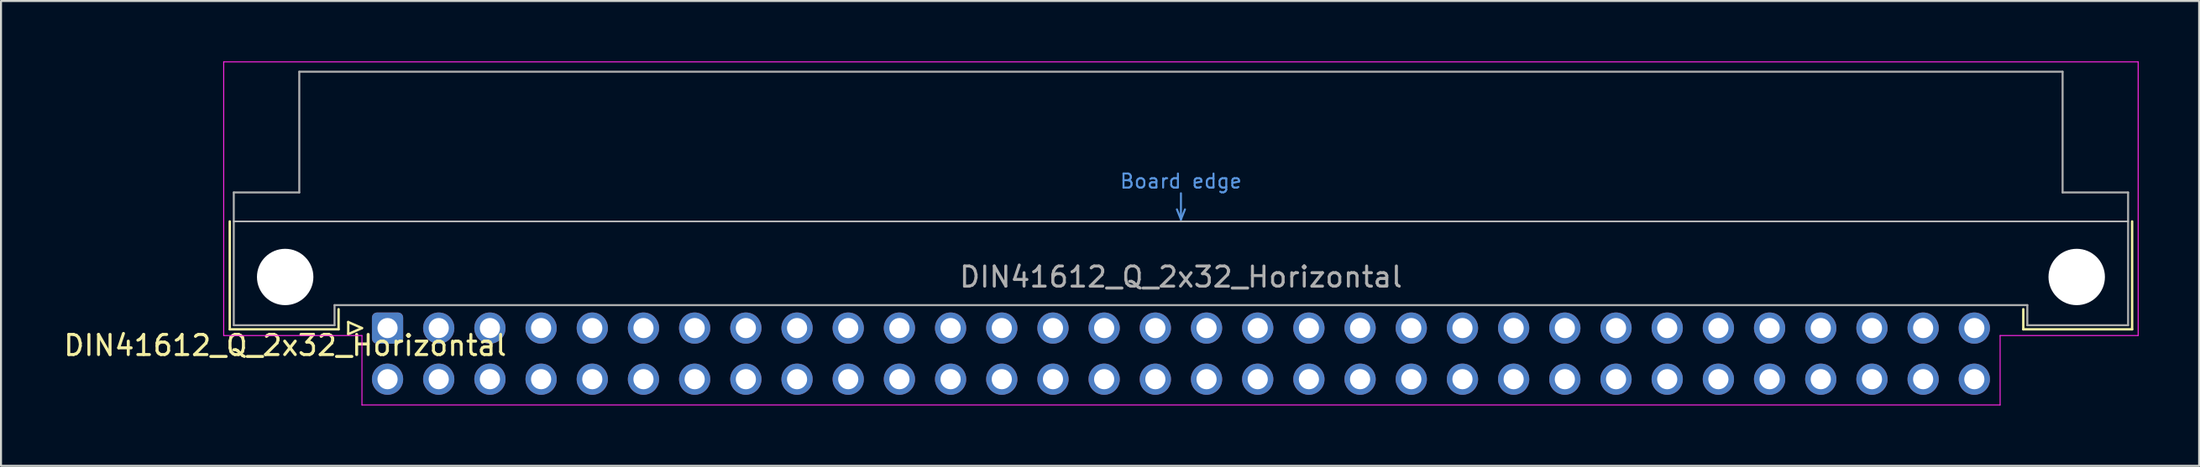
<source format=kicad_pcb>
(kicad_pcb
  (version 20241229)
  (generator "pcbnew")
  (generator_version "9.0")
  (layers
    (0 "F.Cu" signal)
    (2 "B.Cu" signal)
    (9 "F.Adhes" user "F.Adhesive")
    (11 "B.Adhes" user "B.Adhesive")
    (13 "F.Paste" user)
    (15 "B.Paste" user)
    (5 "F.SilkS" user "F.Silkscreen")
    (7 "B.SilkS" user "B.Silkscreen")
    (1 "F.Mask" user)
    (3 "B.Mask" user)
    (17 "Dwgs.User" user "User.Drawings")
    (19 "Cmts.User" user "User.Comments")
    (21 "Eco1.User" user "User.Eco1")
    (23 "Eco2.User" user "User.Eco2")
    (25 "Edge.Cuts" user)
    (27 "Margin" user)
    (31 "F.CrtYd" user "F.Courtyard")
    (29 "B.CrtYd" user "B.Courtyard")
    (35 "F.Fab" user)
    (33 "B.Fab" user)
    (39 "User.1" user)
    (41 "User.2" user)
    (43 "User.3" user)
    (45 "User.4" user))
  (footprint "DIN41612_Q_2x32_Horizontal"
    (layer "F.Cu")
    (at 16.181 13.255)
    (property "Reference" "DIN41612_Q_2x32_Horizontal" (at -5.08 0.86 0) (layer "F.SilkS") (effects (font (size 1 1) (thickness 0.15))))
    (attr through_hole)
    (fp_line (start -7.83 -5.3) (end -7.83 0.06) (stroke (width 0.12) (type solid)) (layer "F.SilkS"))
    (fp_line (start -7.83 0.06) (end -2.43 0.06) (stroke (width 0.12) (type solid)) (layer "F.SilkS"))
    (fp_line (start -2.43 0.06) (end -2.43 -0.94) (stroke (width 0.12) (type solid)) (layer "F.SilkS"))
    (fp_line (start -1.95 -0.3) (end -1.95 0.3) (stroke (width 0.12) (type solid)) (layer "F.SilkS"))
    (fp_line (start -1.95 0.3) (end -1.27 0) (stroke (width 0.12) (type solid)) (layer "F.SilkS"))
    (fp_line (start -1.27 0) (end -1.95 -0.3) (stroke (width 0.12) (type solid)) (layer "F.SilkS"))
    (fp_line (start 81.17 0.06) (end 81.17 -0.94) (stroke (width 0.12) (type solid)) (layer "F.SilkS"))
    (fp_line (start 86.57 -5.3) (end 86.57 0.06) (stroke (width 0.12) (type solid)) (layer "F.SilkS"))
    (fp_line (start 86.57 0.06) (end 81.17 0.06) (stroke (width 0.12) (type solid)) (layer "F.SilkS"))
    (fp_line (start -7.63 -5.3) (end 86.37 -5.3) (stroke (width 0.08) (type solid)) (layer "Dwgs.User"))
    (fp_line (start 39.17 -5.9) (end 39.37 -5.4) (stroke (width 0.1) (type solid)) (layer "Cmts.User"))
    (fp_line (start 39.37 -5.4) (end 39.37 -6.7) (stroke (width 0.1) (type solid)) (layer "Cmts.User"))
    (fp_line (start 39.37 -5.4) (end 39.57 -5.9) (stroke (width 0.1) (type solid)) (layer "Cmts.User"))
    (fp_line (start -8.13 -13.23) (end -8.13 0.37) (stroke (width 0.05) (type solid)) (layer "F.CrtYd"))
    (fp_line (start -8.13 0.37) (end -1.27 0.37) (stroke (width 0.05) (type solid)) (layer "F.CrtYd"))
    (fp_line (start -1.27 0.37) (end -1.27 3.82) (stroke (width 0.05) (type solid)) (layer "F.CrtYd"))
    (fp_line (start -1.27 3.82) (end 80.02 3.82) (stroke (width 0.05) (type solid)) (layer "F.CrtYd"))
    (fp_line (start 80.02 0.37) (end 86.87 0.37) (stroke (width 0.05) (type solid)) (layer "F.CrtYd"))
    (fp_line (start 80.02 3.82) (end 80.02 0.37) (stroke (width 0.05) (type solid)) (layer "F.CrtYd"))
    (fp_line (start 86.87 -13.23) (end -8.13 -13.23) (stroke (width 0.05) (type solid)) (layer "F.CrtYd"))
    (fp_line (start 86.87 0.37) (end 86.87 -13.23) (stroke (width 0.05) (type solid)) (layer "F.CrtYd"))
    (fp_line (start -7.63 -6.74) (end -7.63 -0.14) (stroke (width 0.1) (type solid)) (layer "F.Fab"))
    (fp_line (start -7.63 -0.14) (end -2.63 -0.14) (stroke (width 0.1) (type solid)) (layer "F.Fab"))
    (fp_line (start -4.38 -12.74) (end -4.38 -6.74) (stroke (width 0.1) (type solid)) (layer "F.Fab"))
    (fp_line (start -4.38 -6.74) (end -7.63 -6.74) (stroke (width 0.1) (type solid)) (layer "F.Fab"))
    (fp_line (start -2.63 -1.14) (end 81.37 -1.14) (stroke (width 0.1) (type solid)) (layer "F.Fab"))
    (fp_line (start -2.63 -0.14) (end -2.63 -1.14) (stroke (width 0.1) (type solid)) (layer "F.Fab"))
    (fp_line (start 81.37 -1.14) (end 81.37 -0.14) (stroke (width 0.1) (type solid)) (layer "F.Fab"))
    (fp_line (start 81.37 -0.14) (end 86.37 -0.14) (stroke (width 0.1) (type solid)) (layer "F.Fab"))
    (fp_line (start 83.12 -12.74) (end -4.38 -12.74) (stroke (width 0.1) (type solid)) (layer "F.Fab"))
    (fp_line (start 83.12 -6.74) (end 83.12 -12.74) (stroke (width 0.1) (type solid)) (layer "F.Fab"))
    (fp_line (start 86.37 -6.74) (end 83.12 -6.74) (stroke (width 0.1) (type solid)) (layer "F.Fab"))
    (fp_line (start 86.37 -0.14) (end 86.37 -6.74) (stroke (width 0.1) (type solid)) (layer "F.Fab"))
    (fp_text user "Board edge" (at 39.37 -7.3 0) (layer "Cmts.User") (effects (font (size 0.7 0.7) (thickness 0.1))))
    (fp_text user "${REFERENCE}" (at 39.37 -2.54 0) (layer "F.Fab") (effects (font (size 1 1) (thickness 0.15))))
    (pad "" np_thru_hole circle (at -5.08 -2.54) (size 2.8 2.8) (drill 2.8) (layers "*.Cu" "*.Mask"))
    (pad "" np_thru_hole circle (at 83.82 -2.54) (size 2.8 2.8) (drill 2.8) (layers "*.Cu" "*.Mask"))
    (pad "a1" thru_hole roundrect (at 0 0) (size 1.55 1.55) (drill 1) (layers "*.Cu" "*.Mask") (roundrect_rratio 0.161))
    (pad "a2" thru_hole circle (at 2.54 0) (size 1.55 1.55) (drill 1) (layers "*.Cu" "*.Mask"))
    (pad "a3" thru_hole circle (at 5.08 0) (size 1.55 1.55) (drill 1) (layers "*.Cu" "*.Mask"))
    (pad "a4" thru_hole circle (at 7.62 0) (size 1.55 1.55) (drill 1) (layers "*.Cu" "*.Mask"))
    (pad "a5" thru_hole circle (at 10.16 0) (size 1.55 1.55) (drill 1) (layers "*.Cu" "*.Mask"))
    (pad "a6" thru_hole circle (at 12.7 0) (size 1.55 1.55) (drill 1) (layers "*.Cu" "*.Mask"))
    (pad "a7" thru_hole circle (at 15.24 0) (size 1.55 1.55) (drill 1) (layers "*.Cu" "*.Mask"))
    (pad "a8" thru_hole circle (at 17.78 0) (size 1.55 1.55) (drill 1) (layers "*.Cu" "*.Mask"))
    (pad "a9" thru_hole circle (at 20.32 0) (size 1.55 1.55) (drill 1) (layers "*.Cu" "*.Mask"))
    (pad "a10" thru_hole circle (at 22.86 0) (size 1.55 1.55) (drill 1) (layers "*.Cu" "*.Mask"))
    (pad "a11" thru_hole circle (at 25.4 0) (size 1.55 1.55) (drill 1) (layers "*.Cu" "*.Mask"))
    (pad "a12" thru_hole circle (at 27.94 0) (size 1.55 1.55) (drill 1) (layers "*.Cu" "*.Mask"))
    (pad "a13" thru_hole circle (at 30.48 0) (size 1.55 1.55) (drill 1) (layers "*.Cu" "*.Mask"))
    (pad "a14" thru_hole circle (at 33.02 0) (size 1.55 1.55) (drill 1) (layers "*.Cu" "*.Mask"))
    (pad "a15" thru_hole circle (at 35.56 0) (size 1.55 1.55) (drill 1) (layers "*.Cu" "*.Mask"))
    (pad "a16" thru_hole circle (at 38.1 0) (size 1.55 1.55) (drill 1) (layers "*.Cu" "*.Mask"))
    (pad "a17" thru_hole circle (at 40.64 0) (size 1.55 1.55) (drill 1) (layers "*.Cu" "*.Mask"))
    (pad "a18" thru_hole circle (at 43.18 0) (size 1.55 1.55) (drill 1) (layers "*.Cu" "*.Mask"))
    (pad "a19" thru_hole circle (at 45.72 0) (size 1.55 1.55) (drill 1) (layers "*.Cu" "*.Mask"))
    (pad "a20" thru_hole circle (at 48.26 0) (size 1.55 1.55) (drill 1) (layers "*.Cu" "*.Mask"))
    (pad "a21" thru_hole circle (at 50.8 0) (size 1.55 1.55) (drill 1) (layers "*.Cu" "*.Mask"))
    (pad "a22" thru_hole circle (at 53.34 0) (size 1.55 1.55) (drill 1) (layers "*.Cu" "*.Mask"))
    (pad "a23" thru_hole circle (at 55.88 0) (size 1.55 1.55) (drill 1) (layers "*.Cu" "*.Mask"))
    (pad "a24" thru_hole circle (at 58.42 0) (size 1.55 1.55) (drill 1) (layers "*.Cu" "*.Mask"))
    (pad "a25" thru_hole circle (at 60.96 0) (size 1.55 1.55) (drill 1) (layers "*.Cu" "*.Mask"))
    (pad "a26" thru_hole circle (at 63.5 0) (size 1.55 1.55) (drill 1) (layers "*.Cu" "*.Mask"))
    (pad "a27" thru_hole circle (at 66.04 0) (size 1.55 1.55) (drill 1) (layers "*.Cu" "*.Mask"))
    (pad "a28" thru_hole circle (at 68.58 0) (size 1.55 1.55) (drill 1) (layers "*.Cu" "*.Mask"))
    (pad "a29" thru_hole circle (at 71.12 0) (size 1.55 1.55) (drill 1) (layers "*.Cu" "*.Mask"))
    (pad "a30" thru_hole circle (at 73.66 0) (size 1.55 1.55) (drill 1) (layers "*.Cu" "*.Mask"))
    (pad "a31" thru_hole circle (at 76.2 0) (size 1.55 1.55) (drill 1) (layers "*.Cu" "*.Mask"))
    (pad "a32" thru_hole circle (at 78.74 0) (size 1.55 1.55) (drill 1) (layers "*.Cu" "*.Mask"))
    (pad "b1" thru_hole circle (at 0 2.54) (size 1.55 1.55) (drill 1) (layers "*.Cu" "*.Mask"))
    (pad "b2" thru_hole circle (at 2.54 2.54) (size 1.55 1.55) (drill 1) (layers "*.Cu" "*.Mask"))
    (pad "b3" thru_hole circle (at 5.08 2.54) (size 1.55 1.55) (drill 1) (layers "*.Cu" "*.Mask"))
    (pad "b4" thru_hole circle (at 7.62 2.54) (size 1.55 1.55) (drill 1) (layers "*.Cu" "*.Mask"))
    (pad "b5" thru_hole circle (at 10.16 2.54) (size 1.55 1.55) (drill 1) (layers "*.Cu" "*.Mask"))
    (pad "b6" thru_hole circle (at 12.7 2.54) (size 1.55 1.55) (drill 1) (layers "*.Cu" "*.Mask"))
    (pad "b7" thru_hole circle (at 15.24 2.54) (size 1.55 1.55) (drill 1) (layers "*.Cu" "*.Mask"))
    (pad "b8" thru_hole circle (at 17.78 2.54) (size 1.55 1.55) (drill 1) (layers "*.Cu" "*.Mask"))
    (pad "b9" thru_hole circle (at 20.32 2.54) (size 1.55 1.55) (drill 1) (layers "*.Cu" "*.Mask"))
    (pad "b10" thru_hole circle (at 22.86 2.54) (size 1.55 1.55) (drill 1) (layers "*.Cu" "*.Mask"))
    (pad "b11" thru_hole circle (at 25.4 2.54) (size 1.55 1.55) (drill 1) (layers "*.Cu" "*.Mask"))
    (pad "b12" thru_hole circle (at 27.94 2.54) (size 1.55 1.55) (drill 1) (layers "*.Cu" "*.Mask"))
    (pad "b13" thru_hole circle (at 30.48 2.54) (size 1.55 1.55) (drill 1) (layers "*.Cu" "*.Mask"))
    (pad "b14" thru_hole circle (at 33.02 2.54) (size 1.55 1.55) (drill 1) (layers "*.Cu" "*.Mask"))
    (pad "b15" thru_hole circle (at 35.56 2.54) (size 1.55 1.55) (drill 1) (layers "*.Cu" "*.Mask"))
    (pad "b16" thru_hole circle (at 38.1 2.54) (size 1.55 1.55) (drill 1) (layers "*.Cu" "*.Mask"))
    (pad "b17" thru_hole circle (at 40.64 2.54) (size 1.55 1.55) (drill 1) (layers "*.Cu" "*.Mask"))
    (pad "b18" thru_hole circle (at 43.18 2.54) (size 1.55 1.55) (drill 1) (layers "*.Cu" "*.Mask"))
    (pad "b19" thru_hole circle (at 45.72 2.54) (size 1.55 1.55) (drill 1) (layers "*.Cu" "*.Mask"))
    (pad "b20" thru_hole circle (at 48.26 2.54) (size 1.55 1.55) (drill 1) (layers "*.Cu" "*.Mask"))
    (pad "b21" thru_hole circle (at 50.8 2.54) (size 1.55 1.55) (drill 1) (layers "*.Cu" "*.Mask"))
    (pad "b22" thru_hole circle (at 53.34 2.54) (size 1.55 1.55) (drill 1) (layers "*.Cu" "*.Mask"))
    (pad "b23" thru_hole circle (at 55.88 2.54) (size 1.55 1.55) (drill 1) (layers "*.Cu" "*.Mask"))
    (pad "b24" thru_hole circle (at 58.42 2.54) (size 1.55 1.55) (drill 1) (layers "*.Cu" "*.Mask"))
    (pad "b25" thru_hole circle (at 60.96 2.54) (size 1.55 1.55) (drill 1) (layers "*.Cu" "*.Mask"))
    (pad "b26" thru_hole circle (at 63.5 2.54) (size 1.55 1.55) (drill 1) (layers "*.Cu" "*.Mask"))
    (pad "b27" thru_hole circle (at 66.04 2.54) (size 1.55 1.55) (drill 1) (layers "*.Cu" "*.Mask"))
    (pad "b28" thru_hole circle (at 68.58 2.54) (size 1.55 1.55) (drill 1) (layers "*.Cu" "*.Mask"))
    (pad "b29" thru_hole circle (at 71.12 2.54) (size 1.55 1.55) (drill 1) (layers "*.Cu" "*.Mask"))
    (pad "b30" thru_hole circle (at 73.66 2.54) (size 1.55 1.55) (drill 1) (layers "*.Cu" "*.Mask"))
    (pad "b31" thru_hole circle (at 76.2 2.54) (size 1.55 1.55) (drill 1) (layers "*.Cu" "*.Mask"))
    (pad "b32" thru_hole circle (at 78.74 2.54) (size 1.55 1.55) (drill 1) (layers "*.Cu" "*.Mask")))
  (gr_rect
    (start -3 -3)
    (end 106.076 20.1)
    (stroke (width 0.1) (type default))
    (fill no)
    (layer "Edge.Cuts")))
</source>
